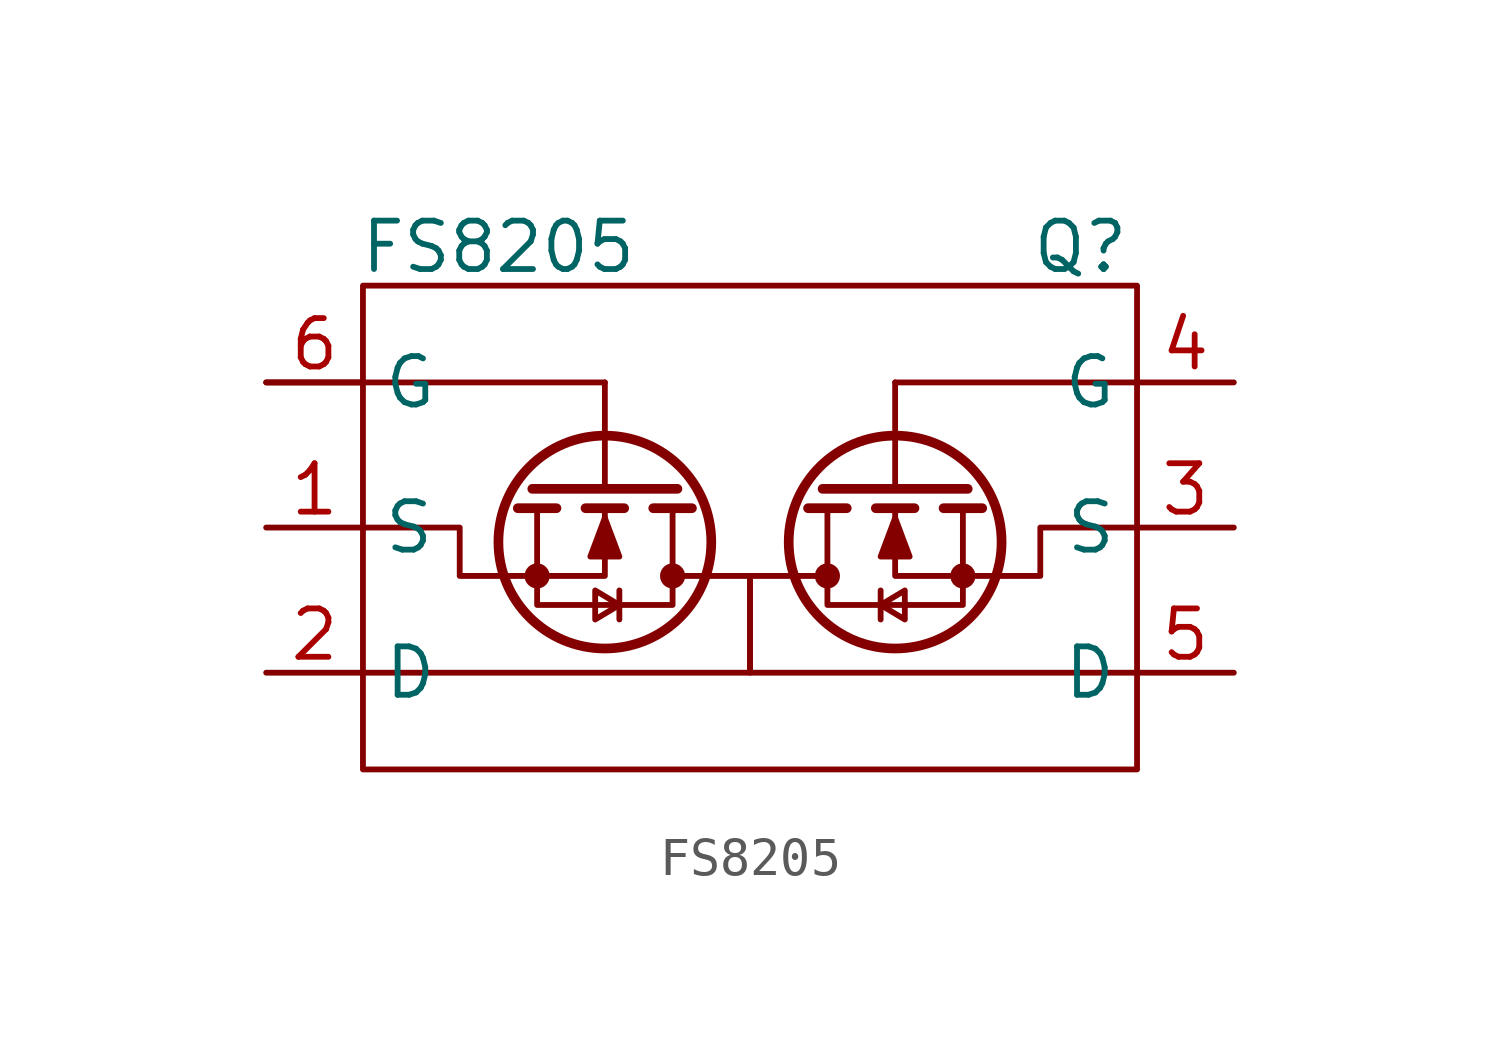
<source format=kicad_sym>
(kicad_symbol_lib
  (version 20241209)
  (generator "kicad_symbol_editor")
  (generator_version "9.0")
  (symbol "FS8205"
    (property "Reference" "Q"
      (at 7.366 11.176 0)
      (effects (font (size 1.27 1.27)) (justify left)))
    (property "Value" "FS8205"
      (at -6.604 11.176 0)
      (effects (font (size 1.27 1.27))))
    (symbol "FS8205_0_1"
      (rectangle (start -10.16 10.16) (end 10.16 -2.54) (stroke (width 0) (type default)) (fill (type none)))
      (polyline (pts (xy -10.16 3.81) (xy -7.62 3.81) (xy -7.62 2.54) (xy -6.35 2.54)) (stroke (width 0) (type default)) (fill (type none)))
      (polyline (pts (xy -6.35 2.54) (xy -3.81 2.54) (xy -3.81 4.318)) (stroke (width 0) (type default)) (fill (type none)))
      (polyline (pts (xy -5.588 4.318) (xy -5.588 1.778) (xy -2.032 1.778) (xy -2.032 4.318)) (stroke (width 0) (type default)) (fill (type none)))
      (circle (center -5.588 2.54) (radius 0.254) (stroke (width 0) (type default)) (fill (type outline)))
      (polyline (pts (xy -5.08 4.318) (xy -6.096 4.318)) (stroke (width 0.254) (type default)) (fill (type none)))
      (polyline (pts (xy -3.81 7.62) (xy -12.7 7.62) (xy -11.43 7.62)) (stroke (width 0) (type default)) (fill (type none)))
      (polyline (pts (xy -3.81 4.826) (xy -3.81 7.62)) (stroke (width 0) (type default)) (fill (type none)))
      (polyline (pts (xy -3.81 4.064) (xy -3.429 3.048) (xy -4.191 3.048) (xy -3.81 4.064)) (stroke (width 0) (type default)) (fill (type outline)))
      (circle (center -3.81 3.429) (radius 2.794) (stroke (width 0.254) (type default)) (fill (type none)))
      (polyline (pts (xy -3.429 2.159) (xy -3.429 1.397)) (stroke (width 0) (type default)) (fill (type none)))
      (polyline (pts (xy -3.429 1.778) (xy -4.064 2.159) (xy -4.064 1.397) (xy -3.429 1.778)) (stroke (width 0) (type default)) (fill (type none)))
      (polyline (pts (xy -3.302 4.318) (xy -4.318 4.318)) (stroke (width 0.254) (type default)) (fill (type none)))
      (circle (center -2.032 2.54) (radius 0.254) (stroke (width 0) (type default)) (fill (type outline)))
      (polyline (pts (xy -1.905 4.826) (xy -5.715 4.826)) (stroke (width 0.254) (type default)) (fill (type none)))
      (polyline (pts (xy -1.524 4.318) (xy -2.54 4.318)) (stroke (width 0.254) (type default)) (fill (type none)))
      (polyline (pts (xy -1.27 2.54) (xy -2.032 2.54)) (stroke (width 0) (type default)) (fill (type none)))
      (polyline (pts (xy -1.27 2.54) (xy 0 2.54) (xy 0 0) (xy -10.16 0)) (stroke (width 0) (type default)) (fill (type none)))
      (polyline (pts (xy 1.27 2.54) (xy 2.032 2.54)) (stroke (width 0) (type default)) (fill (type none)))
      (polyline (pts (xy 1.524 4.318) (xy 2.54 4.318)) (stroke (width 0.254) (type default)) (fill (type none)))
      (polyline (pts (xy 1.905 4.826) (xy 5.715 4.826)) (stroke (width 0.254) (type default)) (fill (type none)))
      (circle (center 2.032 2.54) (radius 0.254) (stroke (width 0) (type default)) (fill (type outline)))
      (polyline (pts (xy 3.302 4.318) (xy 4.318 4.318)) (stroke (width 0.254) (type default)) (fill (type none)))
      (polyline (pts (xy 3.429 2.159) (xy 3.429 1.397)) (stroke (width 0) (type default)) (fill (type none)))
      (polyline (pts (xy 3.429 1.778) (xy 4.064 2.159) (xy 4.064 1.397) (xy 3.429 1.778)) (stroke (width 0) (type default)) (fill (type none)))
      (polyline (pts (xy 3.81 7.62) (xy 10.16 7.62)) (stroke (width 0) (type default)) (fill (type none)))
      (polyline (pts (xy 3.81 4.826) (xy 3.81 7.62)) (stroke (width 0) (type default)) (fill (type none)))
      (polyline (pts (xy 3.81 4.064) (xy 3.429 3.048) (xy 4.191 3.048) (xy 3.81 4.064)) (stroke (width 0) (type default)) (fill (type outline)))
      (circle (center 3.81 3.429) (radius 2.794) (stroke (width 0.254) (type default)) (fill (type none)))
      (polyline (pts (xy 5.08 4.318) (xy 6.096 4.318)) (stroke (width 0.254) (type default)) (fill (type none)))
      (polyline (pts (xy 5.588 4.318) (xy 5.588 1.778) (xy 2.032 1.778) (xy 2.032 4.318)) (stroke (width 0) (type default)) (fill (type none)))
      (circle (center 5.588 2.54) (radius 0.254) (stroke (width 0) (type default)) (fill (type outline)))
      (polyline (pts (xy 6.35 2.54) (xy 3.81 2.54) (xy 3.81 4.318)) (stroke (width 0) (type default)) (fill (type none)))
      (polyline (pts (xy 10.16 3.81) (xy 7.62 3.81) (xy 7.62 2.54) (xy 6.35 2.54)) (stroke (width 0) (type default)) (fill (type none)))
      (polyline (pts (xy 10.16 0) (xy 0 0) (xy 0 2.54) (xy 1.27 2.54)) (stroke (width 0) (type default)) (fill (type none))))
    (symbol "FS8205_1_1"
      (pin input line (at -12.7 7.62 0) (length 2.54) (name "G" (effects (font (size 1.27 1.27)))) (number "6" (effects (font (size 1.27 1.27)))))
      (pin passive line (at -12.7 3.81 0) (length 2.54) (name "S" (effects (font (size 1.27 1.27)))) (number "1" (effects (font (size 1.27 1.27)))))
      (pin passive line (at -12.7 0 0) (length 2.54) (name "D" (effects (font (size 1.27 1.27)))) (number "2" (effects (font (size 1.27 1.27)))))
      (pin input line (at 12.7 7.62 180) (length 2.54) (name "G" (effects (font (size 1.27 1.27)))) (number "4" (effects (font (size 1.27 1.27)))))
      (pin passive line (at 12.7 3.81 180) (length 2.54) (name "S" (effects (font (size 1.27 1.27)))) (number "3" (effects (font (size 1.27 1.27)))))
      (pin passive line (at 12.7 0 180) (length 2.54) (name "D" (effects (font (size 1.27 1.27)))) (number "5" (effects (font (size 1.27 1.27))))))))
</source>
